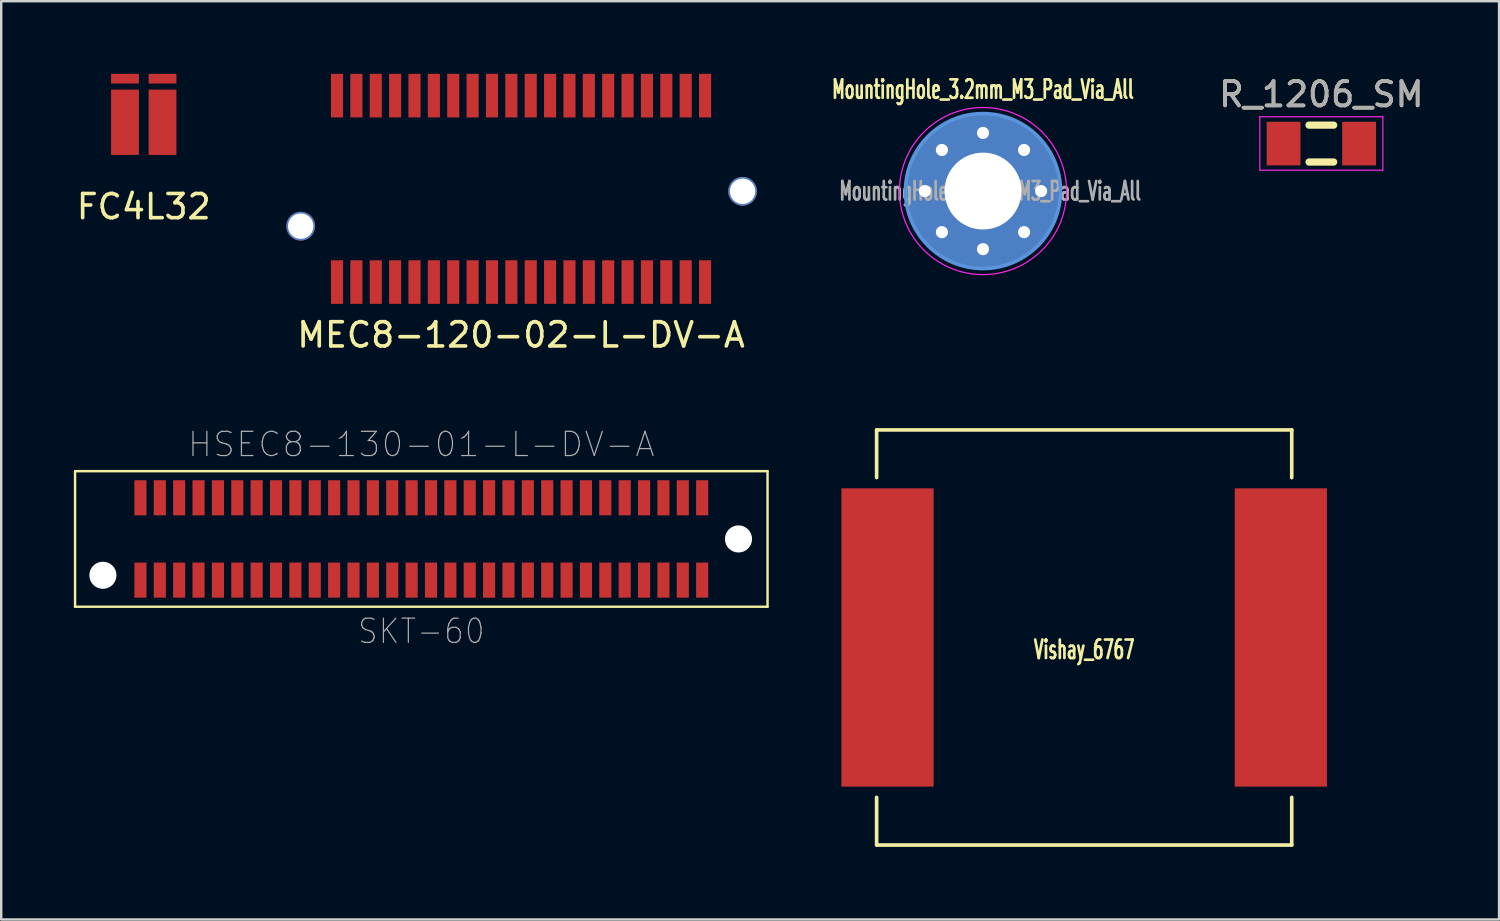
<source format=kicad_pcb>
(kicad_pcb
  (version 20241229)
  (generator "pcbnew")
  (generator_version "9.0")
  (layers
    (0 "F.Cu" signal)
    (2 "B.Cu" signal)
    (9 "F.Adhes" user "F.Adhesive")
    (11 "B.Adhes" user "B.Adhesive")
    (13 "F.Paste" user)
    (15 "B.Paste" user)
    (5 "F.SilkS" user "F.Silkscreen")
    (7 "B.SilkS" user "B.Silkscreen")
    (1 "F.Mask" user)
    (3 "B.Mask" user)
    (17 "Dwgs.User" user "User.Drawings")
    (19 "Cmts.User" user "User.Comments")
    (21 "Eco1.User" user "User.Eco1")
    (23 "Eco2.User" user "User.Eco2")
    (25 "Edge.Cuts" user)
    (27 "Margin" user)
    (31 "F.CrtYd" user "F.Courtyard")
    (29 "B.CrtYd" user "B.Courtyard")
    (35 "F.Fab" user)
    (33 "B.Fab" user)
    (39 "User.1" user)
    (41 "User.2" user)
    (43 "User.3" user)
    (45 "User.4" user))
  (footprint "Vishay_6767"
    (layer "F.Cu")
    (at 41.727 23.278)
    (property "Reference" "Vishay_6767" (at 0 0.5 0) (layer "F.SilkS") (effects (font (size 0.762 0.445) (thickness 0.111))))
    (attr through_hole)
    (fp_line (start -8.572 -8.572) (end -8.572 -6.604) (stroke (width 0.15) (type solid)) (layer "F.SilkS"))
    (fp_line (start -8.572 -8.572) (end 8.572 -8.572) (stroke (width 0.15) (type solid)) (layer "F.SilkS"))
    (fp_line (start -8.572 8.572) (end -8.572 6.604) (stroke (width 0.15) (type solid)) (layer "F.SilkS"))
    (fp_line (start -8.572 8.572) (end 8.572 8.572) (stroke (width 0.15) (type solid)) (layer "F.SilkS"))
    (fp_line (start 8.572 -6.604) (end 8.572 -8.572) (stroke (width 0.15) (type solid)) (layer "F.SilkS"))
    (fp_line (start 8.572 6.604) (end 8.572 8.572) (stroke (width 0.15) (type solid)) (layer "F.SilkS"))
    (pad "1" smd rect (at -8.122 0) (size 3.81 12.319) (layers "F.Cu" "F.Mask" "F.Paste"))
    (pad "2" smd rect (at 8.122 0) (size 3.81 12.319) (layers "F.Cu" "F.Mask" "F.Paste")))
  (footprint "R_1206_SM"
    (layer "F.Cu")
    (at 51.522 2.88)
    (property "Reference" "R_1206_SM" (at 0 -2.032 0) (layer "F.SilkS") (effects (font (size 1 1) (thickness 0.15))))
    (attr smd)
    (fp_line (start -0.508 -0.762) (end 0.508 -0.762) (stroke (width 0.3) (type solid)) (layer "F.SilkS"))
    (fp_line (start 0.508 0.762) (end -0.508 0.762) (stroke (width 0.3) (type solid)) (layer "F.SilkS"))
    (fp_line (start -2.54 -1.11) (end -2.54 1.1) (stroke (width 0.05) (type solid)) (layer "F.CrtYd"))
    (fp_line (start -2.54 -1.11) (end 2.54 -1.11) (stroke (width 0.05) (type solid)) (layer "F.CrtYd"))
    (fp_line (start 2.54 1.1) (end -2.54 1.1) (stroke (width 0.05) (type solid)) (layer "F.CrtYd"))
    (fp_line (start 2.54 1.1) (end 2.54 -1.11) (stroke (width 0.05) (type solid)) (layer "F.CrtYd"))
    (fp_text user "${REFERENCE}" (at 0 -2.032 0) (layer "F.Fab") (effects (font (size 1 1) (thickness 0.15))))
    (pad "1" smd rect (at -1.559 0) (size 1.397 1.8) (layers "F.Cu" "F.Mask" "F.Paste"))
    (pad "2" smd rect (at 1.559 0) (size 1.397 1.8) (layers "F.Cu" "F.Mask" "F.Paste")))
  (footprint "MountingHole_3.2mm_M3_Pad_Via_All"
    (layer "F.Cu")
    (at 37.548 4.841)
    (property "Reference" "MountingHole_3.2mm_M3_Pad_Via_All" (at 0 -4.2 0) (layer "F.SilkS") (effects (font (size 0.762 0.445) (thickness 0.111))))
    (attr exclude_from_pos_files exclude_from_bom)
    (fp_circle (center 0 0) (end 3.2 0) (stroke (width 0.15) (type solid)) (fill no) (layer "Cmts.User"))
    (fp_circle (center 0 0) (end 3.45 0) (stroke (width 0.05) (type solid)) (fill no) (layer "F.CrtYd"))
    (fp_text user "${REFERENCE}" (at 0.3 0 0) (layer "F.Fab") (effects (font (size 0.762 0.445) (thickness 0.111))))
    (pad "1" thru_hole circle (at -2.4 0) (size 0.8 0.8) (drill 0.5) (layers "*.Cu" "*.Mask"))
    (pad "1" thru_hole circle (at -1.697 -1.697) (size 0.8 0.8) (drill 0.5) (layers "*.Cu" "*.Mask"))
    (pad "1" thru_hole circle (at -1.697 1.697) (size 0.8 0.8) (drill 0.5) (layers "*.Cu" "*.Mask"))
    (pad "1" thru_hole circle (at 0 -2.4) (size 0.8 0.8) (drill 0.5) (layers "*.Cu" "*.Mask"))
    (pad "1" thru_hole circle (at 0 0) (size 6.35 6.35) (drill 3.175) (layers "*.Cu" "*.Mask"))
    (pad "1" thru_hole circle (at 0 2.4) (size 0.8 0.8) (drill 0.5) (layers "*.Cu" "*.Mask"))
    (pad "1" thru_hole circle (at 1.697 -1.697) (size 0.8 0.8) (drill 0.5) (layers "*.Cu" "*.Mask"))
    (pad "1" thru_hole circle (at 1.697 1.697) (size 0.8 0.8) (drill 0.5) (layers "*.Cu" "*.Mask"))
    (pad "1" thru_hole circle (at 2.4 0) (size 0.8 0.8) (drill 0.5) (layers "*.Cu" "*.Mask")))
  (footprint "SKT-60"
    (layer "F.Cu")
    (at 14.35 19.209)
    (property "Reference" "SKT-60" (at 0 3.81 0) (layer "F.Fab") (effects (font (size 1 0.9) (thickness 0.05))))
    (attr smd)
    (fp_line (start -11.7 -1.1) (end -11.7 -2.3) (stroke (width 0.1) (type solid)) (layer "F.Cu"))
    (fp_line (start -14.3 -2.8) (end -14.3 2.8) (stroke (width 0.1) (type solid)) (layer "F.SilkS"))
    (fp_line (start -14.3 2.8) (end 14.3 2.8) (stroke (width 0.1) (type solid)) (layer "F.SilkS"))
    (fp_line (start 14.3 -2.8) (end -14.3 -2.8) (stroke (width 0.1) (type solid)) (layer "F.SilkS"))
    (fp_line (start 14.3 2.8) (end 14.3 -2.8) (stroke (width 0.1) (type solid)) (layer "F.SilkS"))
    (fp_text user "HSEC8-130-01-L-DV-A" (at 0 -3.906 0) (layer "F.Fab") (effects (font (size 1 1) (thickness 0.05))))
    (pad "" np_thru_hole circle (at -13.15 1.5) (size 1.12 1.12) (drill 1.12) (layers "*.Cu" "*.Mask"))
    (pad "" np_thru_hole circle (at 13.1 0) (size 1.12 1.12) (drill 1.12) (layers "*.Cu" "*.Mask"))
    (pad "1" smd rect (at -11.6 -1.7 180) (size 0.5 1.45) (layers "F.Cu" "F.Mask" "F.Paste"))
    (pad "2" smd rect (at -11.6 1.7 180) (size 0.5 1.45) (layers "F.Cu" "F.Mask" "F.Paste"))
    (pad "3" smd rect (at -10.8 -1.7 180) (size 0.5 1.45) (layers "F.Cu" "F.Mask" "F.Paste"))
    (pad "4" smd rect (at -10.8 1.7 180) (size 0.5 1.45) (layers "F.Cu" "F.Mask" "F.Paste"))
    (pad "5" smd rect (at -10 -1.7 180) (size 0.5 1.45) (layers "F.Cu" "F.Mask" "F.Paste"))
    (pad "6" smd rect (at -10 1.7 180) (size 0.5 1.45) (layers "F.Cu" "F.Mask" "F.Paste"))
    (pad "7" smd rect (at -9.2 -1.7 180) (size 0.5 1.45) (layers "F.Cu" "F.Mask" "F.Paste"))
    (pad "8" smd rect (at -9.2 1.7 180) (size 0.5 1.45) (layers "F.Cu" "F.Mask" "F.Paste"))
    (pad "9" smd rect (at -8.4 -1.7 180) (size 0.5 1.45) (layers "F.Cu" "F.Mask" "F.Paste"))
    (pad "10" smd rect (at -8.4 1.7 180) (size 0.5 1.45) (layers "F.Cu" "F.Mask" "F.Paste"))
    (pad "11" smd rect (at -7.6 -1.7 180) (size 0.5 1.45) (layers "F.Cu" "F.Mask" "F.Paste"))
    (pad "12" smd rect (at -7.6 1.7 180) (size 0.5 1.45) (layers "F.Cu" "F.Mask" "F.Paste"))
    (pad "13" smd rect (at -6.8 -1.7 180) (size 0.5 1.45) (layers "F.Cu" "F.Mask" "F.Paste"))
    (pad "14" smd rect (at -6.8 1.7 180) (size 0.5 1.45) (layers "F.Cu" "F.Mask" "F.Paste"))
    (pad "15" smd rect (at -6 -1.7 180) (size 0.5 1.45) (layers "F.Cu" "F.Mask" "F.Paste"))
    (pad "16" smd rect (at -6 1.7 180) (size 0.5 1.45) (layers "F.Cu" "F.Mask" "F.Paste"))
    (pad "17" smd rect (at -5.2 -1.7 180) (size 0.5 1.45) (layers "F.Cu" "F.Mask" "F.Paste"))
    (pad "18" smd rect (at -5.2 1.7 180) (size 0.5 1.45) (layers "F.Cu" "F.Mask" "F.Paste"))
    (pad "19" smd rect (at -4.4 -1.7 180) (size 0.5 1.45) (layers "F.Cu" "F.Mask" "F.Paste"))
    (pad "20" smd rect (at -4.4 1.7 180) (size 0.5 1.45) (layers "F.Cu" "F.Mask" "F.Paste"))
    (pad "21" smd rect (at -3.6 -1.7 180) (size 0.5 1.45) (layers "F.Cu" "F.Mask" "F.Paste"))
    (pad "22" smd rect (at -3.6 1.7 180) (size 0.5 1.45) (layers "F.Cu" "F.Mask" "F.Paste"))
    (pad "23" smd rect (at -2.8 -1.7 180) (size 0.5 1.45) (layers "F.Cu" "F.Mask" "F.Paste"))
    (pad "24" smd rect (at -2.8 1.7 180) (size 0.5 1.45) (layers "F.Cu" "F.Mask" "F.Paste"))
    (pad "25" smd rect (at -2 -1.7 180) (size 0.5 1.45) (layers "F.Cu" "F.Mask" "F.Paste"))
    (pad "26" smd rect (at -2 1.7 180) (size 0.5 1.45) (layers "F.Cu" "F.Mask" "F.Paste"))
    (pad "27" smd rect (at -1.2 -1.7 180) (size 0.5 1.45) (layers "F.Cu" "F.Mask" "F.Paste"))
    (pad "28" smd rect (at -1.2 1.7 180) (size 0.5 1.45) (layers "F.Cu" "F.Mask" "F.Paste"))
    (pad "29" smd rect (at -0.4 -1.7 180) (size 0.5 1.45) (layers "F.Cu" "F.Mask" "F.Paste"))
    (pad "30" smd rect (at -0.4 1.7 180) (size 0.5 1.45) (layers "F.Cu" "F.Mask" "F.Paste"))
    (pad "31" smd rect (at 0.4 -1.7 180) (size 0.5 1.45) (layers "F.Cu" "F.Mask" "F.Paste"))
    (pad "32" smd rect (at 0.4 1.7 180) (size 0.5 1.45) (layers "F.Cu" "F.Mask" "F.Paste"))
    (pad "33" smd rect (at 1.2 -1.7 180) (size 0.5 1.45) (layers "F.Cu" "F.Mask" "F.Paste"))
    (pad "34" smd rect (at 1.2 1.7 180) (size 0.5 1.45) (layers "F.Cu" "F.Mask" "F.Paste"))
    (pad "35" smd rect (at 2 -1.7 180) (size 0.5 1.45) (layers "F.Cu" "F.Mask" "F.Paste"))
    (pad "36" smd rect (at 2 1.7 180) (size 0.5 1.45) (layers "F.Cu" "F.Mask" "F.Paste"))
    (pad "37" smd rect (at 2.8 -1.7 180) (size 0.5 1.45) (layers "F.Cu" "F.Mask" "F.Paste"))
    (pad "38" smd rect (at 2.8 1.7 180) (size 0.5 1.45) (layers "F.Cu" "F.Mask" "F.Paste"))
    (pad "39" smd rect (at 3.6 -1.7 180) (size 0.5 1.45) (layers "F.Cu" "F.Mask" "F.Paste"))
    (pad "40" smd rect (at 3.6 1.7 180) (size 0.5 1.45) (layers "F.Cu" "F.Mask" "F.Paste"))
    (pad "41" smd rect (at 4.4 -1.7 180) (size 0.5 1.45) (layers "F.Cu" "F.Mask" "F.Paste"))
    (pad "42" smd rect (at 4.4 1.7 180) (size 0.5 1.45) (layers "F.Cu" "F.Mask" "F.Paste"))
    (pad "43" smd rect (at 5.2 -1.7 180) (size 0.5 1.45) (layers "F.Cu" "F.Mask" "F.Paste"))
    (pad "44" smd rect (at 5.2 1.7 180) (size 0.5 1.45) (layers "F.Cu" "F.Mask" "F.Paste"))
    (pad "45" smd rect (at 6 -1.7 180) (size 0.5 1.45) (layers "F.Cu" "F.Mask" "F.Paste"))
    (pad "46" smd rect (at 6 1.7 180) (size 0.5 1.45) (layers "F.Cu" "F.Mask" "F.Paste"))
    (pad "47" smd rect (at 6.8 -1.7 180) (size 0.5 1.45) (layers "F.Cu" "F.Mask" "F.Paste"))
    (pad "48" smd rect (at 6.8 1.7 180) (size 0.5 1.45) (layers "F.Cu" "F.Mask" "F.Paste"))
    (pad "49" smd rect (at 7.6 -1.7 180) (size 0.5 1.45) (layers "F.Cu" "F.Mask" "F.Paste"))
    (pad "50" smd rect (at 7.6 1.7 180) (size 0.5 1.45) (layers "F.Cu" "F.Mask" "F.Paste"))
    (pad "51" smd rect (at 8.4 -1.7 180) (size 0.5 1.45) (layers "F.Cu" "F.Mask" "F.Paste"))
    (pad "52" smd rect (at 8.4 1.7 180) (size 0.5 1.45) (layers "F.Cu" "F.Mask" "F.Paste"))
    (pad "53" smd rect (at 9.2 -1.7 180) (size 0.5 1.45) (layers "F.Cu" "F.Mask" "F.Paste"))
    (pad "54" smd rect (at 9.2 1.7 180) (size 0.5 1.45) (layers "F.Cu" "F.Mask" "F.Paste"))
    (pad "55" smd rect (at 10 -1.7 180) (size 0.5 1.45) (layers "F.Cu" "F.Mask" "F.Paste"))
    (pad "56" smd rect (at 10 1.7 180) (size 0.5 1.45) (layers "F.Cu" "F.Mask" "F.Paste"))
    (pad "57" smd rect (at 10.8 -1.7 180) (size 0.5 1.45) (layers "F.Cu" "F.Mask" "F.Paste"))
    (pad "58" smd rect (at 10.8 1.7 180) (size 0.5 1.45) (layers "F.Cu" "F.Mask" "F.Paste"))
    (pad "59" smd rect (at 11.6 -1.7 180) (size 0.5 1.45) (layers "F.Cu" "F.Mask" "F.Paste"))
    (pad "60" smd rect (at 11.6 1.7 180) (size 0.5 1.45) (layers "F.Cu" "F.Mask" "F.Paste")))
  (footprint "MEC8-120-02-L-DV-A"
    (layer "F.Cu")
    (at 18.469 4.75)
    (property "Reference" "MEC8-120-02-L-DV-A" (at 0 6.032 0) (layer "F.SilkS") (effects (font (size 1 1) (thickness 0.15))))
    (attr through_hole)
    (pad "" np_thru_hole circle (at -9.1 1.54) (size 1.19 1.19) (drill 1.05) (layers "*.Cu" "*.Mask"))
    (pad "" np_thru_hole circle (at 9.15 0.1) (size 1.19 1.19) (drill 1.05) (layers "*.Cu" "*.Mask"))
    (pad "1" smd rect (at -7.6 3.85) (size 0.5 1.8) (layers "F.Cu" "F.Mask" "F.Paste"))
    (pad "2" smd rect (at -7.6 -3.85) (size 0.5 1.8) (layers "F.Cu" "F.Mask" "F.Paste"))
    (pad "3" smd rect (at -6.8 3.85) (size 0.5 1.8) (layers "F.Cu" "F.Mask" "F.Paste"))
    (pad "4" smd rect (at -6.8 -3.85) (size 0.5 1.8) (layers "F.Cu" "F.Mask" "F.Paste"))
    (pad "5" smd rect (at -6 3.85) (size 0.5 1.8) (layers "F.Cu" "F.Mask" "F.Paste"))
    (pad "6" smd rect (at -6 -3.85) (size 0.5 1.8) (layers "F.Cu" "F.Mask" "F.Paste"))
    (pad "7" smd rect (at -5.2 3.85) (size 0.5 1.8) (layers "F.Cu" "F.Mask" "F.Paste"))
    (pad "8" smd rect (at -5.2 -3.85) (size 0.5 1.8) (layers "F.Cu" "F.Mask" "F.Paste"))
    (pad "9" smd rect (at -4.4 3.85) (size 0.5 1.8) (layers "F.Cu" "F.Mask" "F.Paste"))
    (pad "10" smd rect (at -4.4 -3.85) (size 0.5 1.8) (layers "F.Cu" "F.Mask" "F.Paste"))
    (pad "11" smd rect (at -3.6 3.85) (size 0.5 1.8) (layers "F.Cu" "F.Mask" "F.Paste"))
    (pad "12" smd rect (at -3.6 -3.85) (size 0.5 1.8) (layers "F.Cu" "F.Mask" "F.Paste"))
    (pad "13" smd rect (at -2.8 3.85) (size 0.5 1.8) (layers "F.Cu" "F.Mask" "F.Paste"))
    (pad "14" smd rect (at -2.8 -3.85) (size 0.5 1.8) (layers "F.Cu" "F.Mask" "F.Paste"))
    (pad "15" smd rect (at -2 3.85) (size 0.5 1.8) (layers "F.Cu" "F.Mask" "F.Paste"))
    (pad "16" smd rect (at -2 -3.85) (size 0.5 1.8) (layers "F.Cu" "F.Mask" "F.Paste"))
    (pad "17" smd rect (at -1.2 3.85) (size 0.5 1.8) (layers "F.Cu" "F.Mask" "F.Paste"))
    (pad "18" smd rect (at -1.2 -3.85) (size 0.5 1.8) (layers "F.Cu" "F.Mask" "F.Paste"))
    (pad "19" smd rect (at -0.4 3.85) (size 0.5 1.8) (layers "F.Cu" "F.Mask" "F.Paste"))
    (pad "20" smd rect (at -0.4 -3.85) (size 0.5 1.8) (layers "F.Cu" "F.Mask" "F.Paste"))
    (pad "21" smd rect (at 0.4 3.85) (size 0.5 1.8) (layers "F.Cu" "F.Mask" "F.Paste"))
    (pad "22" smd rect (at 0.4 -3.85) (size 0.5 1.8) (layers "F.Cu" "F.Mask" "F.Paste"))
    (pad "23" smd rect (at 1.2 3.85) (size 0.5 1.8) (layers "F.Cu" "F.Mask" "F.Paste"))
    (pad "24" smd rect (at 1.2 -3.85) (size 0.5 1.8) (layers "F.Cu" "F.Mask" "F.Paste"))
    (pad "25" smd rect (at 2 3.85) (size 0.5 1.8) (layers "F.Cu" "F.Mask" "F.Paste"))
    (pad "26" smd rect (at 2 -3.85) (size 0.5 1.8) (layers "F.Cu" "F.Mask" "F.Paste"))
    (pad "27" smd rect (at 2.8 3.85) (size 0.5 1.8) (layers "F.Cu" "F.Mask" "F.Paste"))
    (pad "28" smd rect (at 2.8 -3.85) (size 0.5 1.8) (layers "F.Cu" "F.Mask" "F.Paste"))
    (pad "29" smd rect (at 3.6 3.85) (size 0.5 1.8) (layers "F.Cu" "F.Mask" "F.Paste"))
    (pad "30" smd rect (at 3.6 -3.85) (size 0.5 1.8) (layers "F.Cu" "F.Mask" "F.Paste"))
    (pad "31" smd rect (at 4.4 3.85) (size 0.5 1.8) (layers "F.Cu" "F.Mask" "F.Paste"))
    (pad "32" smd rect (at 4.4 -3.85) (size 0.5 1.8) (layers "F.Cu" "F.Mask" "F.Paste"))
    (pad "33" smd rect (at 5.2 3.85) (size 0.5 1.8) (layers "F.Cu" "F.Mask" "F.Paste"))
    (pad "34" smd rect (at 5.2 -3.85) (size 0.5 1.8) (layers "F.Cu" "F.Mask" "F.Paste"))
    (pad "35" smd rect (at 6 3.85) (size 0.5 1.8) (layers "F.Cu" "F.Mask" "F.Paste"))
    (pad "36" smd rect (at 6 -3.85) (size 0.5 1.8) (layers "F.Cu" "F.Mask" "F.Paste"))
    (pad "37" smd rect (at 6.8 3.85) (size 0.5 1.8) (layers "F.Cu" "F.Mask" "F.Paste"))
    (pad "38" smd rect (at 6.8 -3.85) (size 0.5 1.8) (layers "F.Cu" "F.Mask" "F.Paste"))
    (pad "39" smd rect (at 7.6 3.85) (size 0.5 1.8) (layers "F.Cu" "F.Mask" "F.Paste"))
    (pad "40" smd rect (at 7.6 -3.85) (size 0.5 1.8) (layers "F.Cu" "F.Mask" "F.Paste")))
  (footprint "FC4L32"
    (layer "F.Cu")
    (at 2.887 1.675)
    (property "Reference" "FC4L32" (at 0 3.81 0) (layer "F.SilkS") (effects (font (size 1 1) (thickness 0.15))))
    (attr through_hole)
    (pad "1" smd rect (at -0.775 0.325) (size 1.15 2.7) (layers "F.Cu" "F.Mask" "F.Paste"))
    (pad "2" smd rect (at 0.775 0.325) (size 1.15 2.7) (layers "F.Cu" "F.Mask" "F.Paste"))
    (pad "3" smd rect (at -0.775 -1.475) (size 1.15 0.4) (layers "F.Cu" "F.Mask" "F.Paste"))
    (pad "4" smd rect (at 0.775 -1.475) (size 1.15 0.4) (layers "F.Cu" "F.Mask" "F.Paste")))
  (gr_rect
    (start -3 -3)
    (end 58.862 34.926)
    (stroke (width 0.1) (type default))
    (fill no)
    (layer "Edge.Cuts")))
</source>
